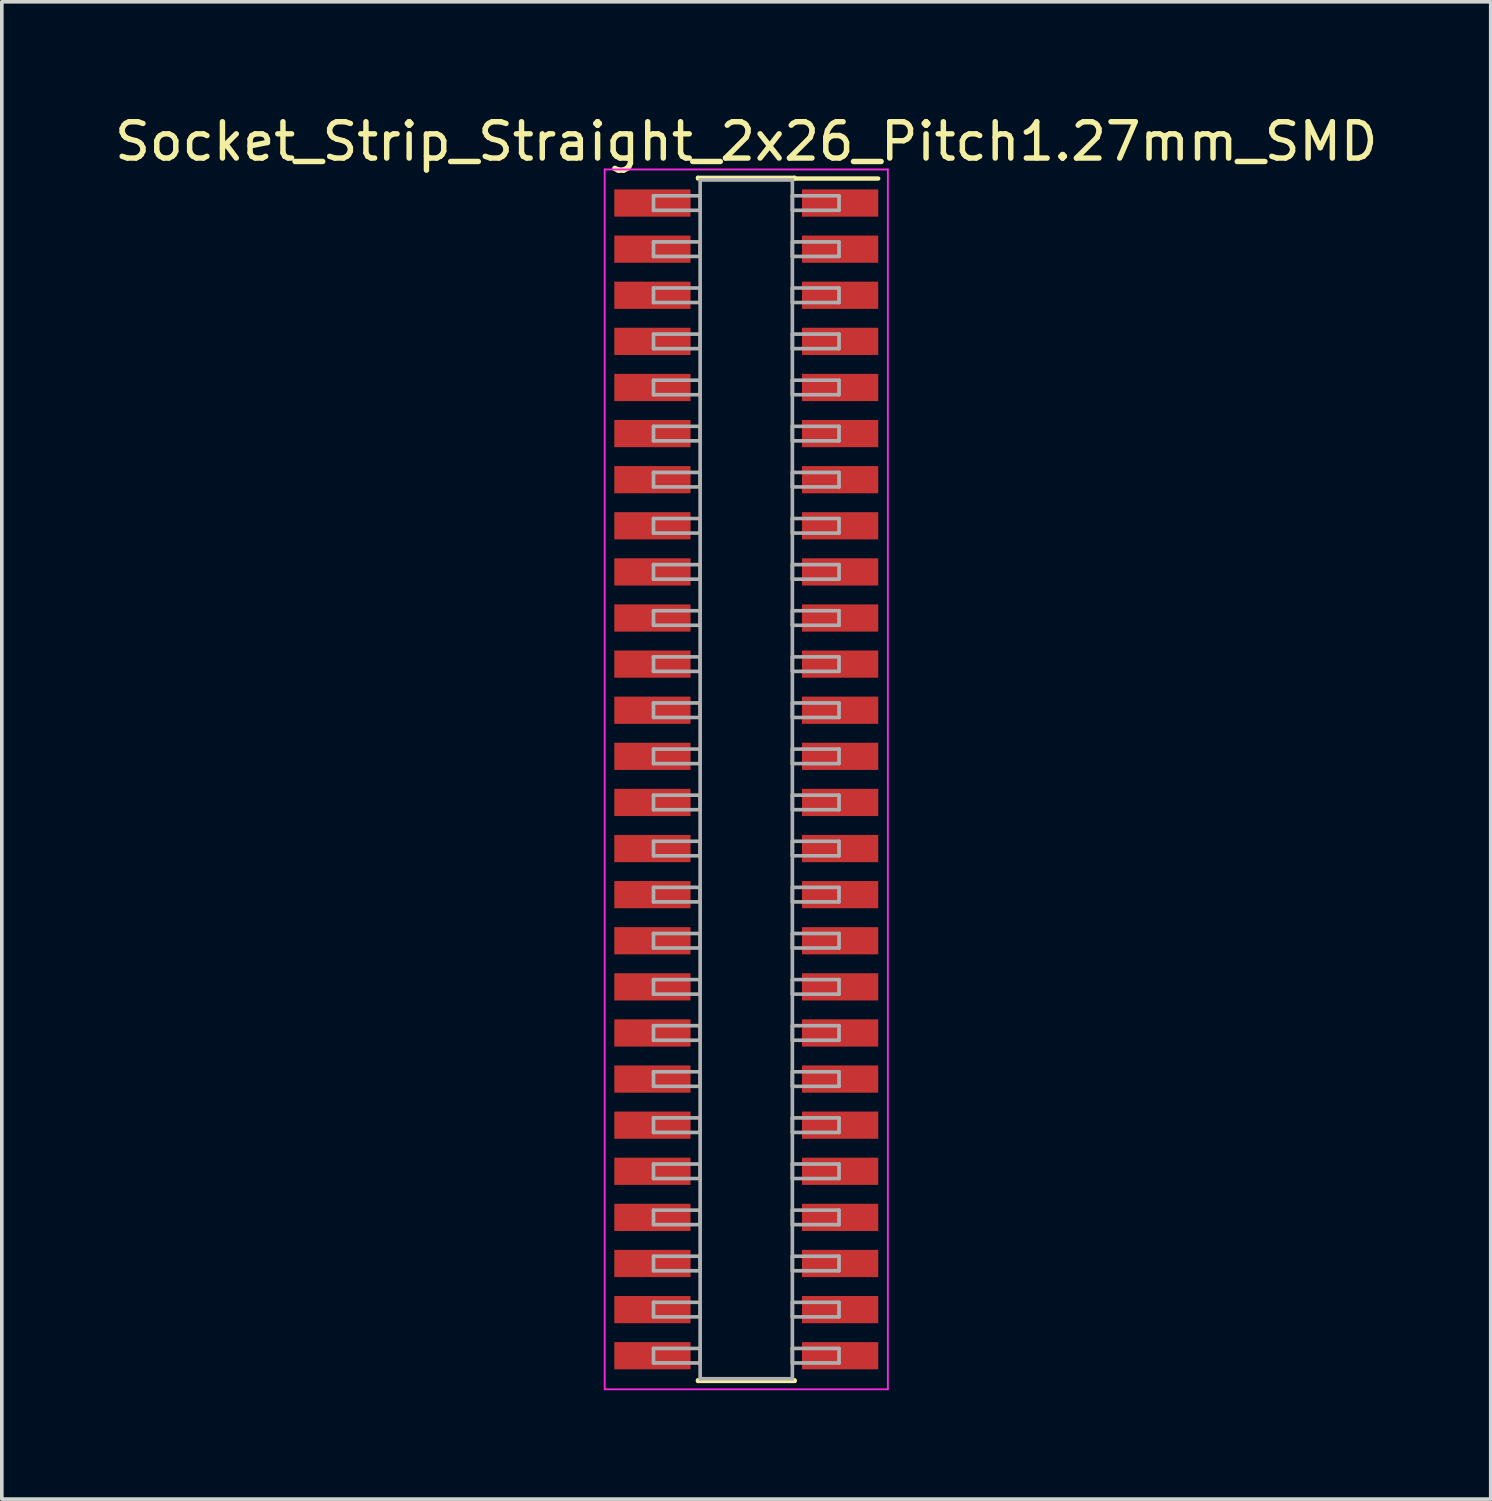
<source format=kicad_pcb>
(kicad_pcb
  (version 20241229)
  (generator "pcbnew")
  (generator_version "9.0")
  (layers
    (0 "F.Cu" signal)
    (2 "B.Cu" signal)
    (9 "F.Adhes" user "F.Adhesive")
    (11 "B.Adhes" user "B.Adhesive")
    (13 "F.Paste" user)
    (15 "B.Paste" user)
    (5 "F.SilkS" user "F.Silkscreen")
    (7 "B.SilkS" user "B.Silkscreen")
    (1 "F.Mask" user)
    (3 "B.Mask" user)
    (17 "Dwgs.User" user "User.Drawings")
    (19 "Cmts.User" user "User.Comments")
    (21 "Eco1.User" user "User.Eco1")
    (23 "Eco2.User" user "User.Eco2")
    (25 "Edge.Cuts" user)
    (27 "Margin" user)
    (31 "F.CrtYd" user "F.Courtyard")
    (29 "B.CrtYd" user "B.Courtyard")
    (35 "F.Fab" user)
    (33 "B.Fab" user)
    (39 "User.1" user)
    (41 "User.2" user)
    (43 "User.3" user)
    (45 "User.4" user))
  (footprint "Socket_Strip_Straight_2x26_Pitch1.27mm_SMD"
    (layer "F.Cu")
    (at 17.506 18.418)
    (property "Reference" "Socket_Strip_Straight_2x26_Pitch1.27mm_SMD" (at 0 -17.57 0) (layer "F.SilkS") (effects (font (size 1 1) (thickness 0.15))))
    (attr smd)
    (fp_line (start -1.33 -16.57) (end 1.33 -16.57) (stroke (width 0.12) (type solid)) (layer "F.SilkS"))
    (fp_line (start -1.33 -16.55) (end -1.33 -16.57) (stroke (width 0.12) (type solid)) (layer "F.SilkS"))
    (fp_line (start -1.33 16.55) (end -1.33 16.57) (stroke (width 0.12) (type solid)) (layer "F.SilkS"))
    (fp_line (start -1.33 16.57) (end 1.33 16.57) (stroke (width 0.12) (type solid)) (layer "F.SilkS"))
    (fp_line (start 1.33 -16.57) (end 1.33 -16.55) (stroke (width 0.12) (type solid)) (layer "F.SilkS"))
    (fp_line (start 1.33 16.57) (end 1.33 16.55) (stroke (width 0.12) (type solid)) (layer "F.SilkS"))
    (fp_line (start 3.635 -16.55) (end 1.33 -16.55) (stroke (width 0.12) (type solid)) (layer "F.SilkS"))
    (fp_line (start -3.9 -16.8) (end -3.9 16.8) (stroke (width 0.05) (type solid)) (layer "F.CrtYd"))
    (fp_line (start -3.9 16.8) (end 3.9 16.8) (stroke (width 0.05) (type solid)) (layer "F.CrtYd"))
    (fp_line (start 3.9 -16.8) (end -3.9 -16.8) (stroke (width 0.05) (type solid)) (layer "F.CrtYd"))
    (fp_line (start 3.9 16.8) (end 3.9 -16.8) (stroke (width 0.05) (type solid)) (layer "F.CrtYd"))
    (fp_line (start -2.555 -16.075) (end -1.27 -16.075) (stroke (width 0.1) (type solid)) (layer "F.Fab"))
    (fp_line (start -2.555 -15.675) (end -2.555 -16.075) (stroke (width 0.1) (type solid)) (layer "F.Fab"))
    (fp_line (start -2.555 -14.805) (end -1.27 -14.805) (stroke (width 0.1) (type solid)) (layer "F.Fab"))
    (fp_line (start -2.555 -14.405) (end -2.555 -14.805) (stroke (width 0.1) (type solid)) (layer "F.Fab"))
    (fp_line (start -2.555 -13.535) (end -1.27 -13.535) (stroke (width 0.1) (type solid)) (layer "F.Fab"))
    (fp_line (start -2.555 -13.135) (end -2.555 -13.535) (stroke (width 0.1) (type solid)) (layer "F.Fab"))
    (fp_line (start -2.555 -12.265) (end -1.27 -12.265) (stroke (width 0.1) (type solid)) (layer "F.Fab"))
    (fp_line (start -2.555 -11.865) (end -2.555 -12.265) (stroke (width 0.1) (type solid)) (layer "F.Fab"))
    (fp_line (start -2.555 -10.995) (end -1.27 -10.995) (stroke (width 0.1) (type solid)) (layer "F.Fab"))
    (fp_line (start -2.555 -10.595) (end -2.555 -10.995) (stroke (width 0.1) (type solid)) (layer "F.Fab"))
    (fp_line (start -2.555 -9.725) (end -1.27 -9.725) (stroke (width 0.1) (type solid)) (layer "F.Fab"))
    (fp_line (start -2.555 -9.325) (end -2.555 -9.725) (stroke (width 0.1) (type solid)) (layer "F.Fab"))
    (fp_line (start -2.555 -8.455) (end -1.27 -8.455) (stroke (width 0.1) (type solid)) (layer "F.Fab"))
    (fp_line (start -2.555 -8.055) (end -2.555 -8.455) (stroke (width 0.1) (type solid)) (layer "F.Fab"))
    (fp_line (start -2.555 -7.185) (end -1.27 -7.185) (stroke (width 0.1) (type solid)) (layer "F.Fab"))
    (fp_line (start -2.555 -6.785) (end -2.555 -7.185) (stroke (width 0.1) (type solid)) (layer "F.Fab"))
    (fp_line (start -2.555 -5.915) (end -1.27 -5.915) (stroke (width 0.1) (type solid)) (layer "F.Fab"))
    (fp_line (start -2.555 -5.515) (end -2.555 -5.915) (stroke (width 0.1) (type solid)) (layer "F.Fab"))
    (fp_line (start -2.555 -4.645) (end -1.27 -4.645) (stroke (width 0.1) (type solid)) (layer "F.Fab"))
    (fp_line (start -2.555 -4.245) (end -2.555 -4.645) (stroke (width 0.1) (type solid)) (layer "F.Fab"))
    (fp_line (start -2.555 -3.375) (end -1.27 -3.375) (stroke (width 0.1) (type solid)) (layer "F.Fab"))
    (fp_line (start -2.555 -2.975) (end -2.555 -3.375) (stroke (width 0.1) (type solid)) (layer "F.Fab"))
    (fp_line (start -2.555 -2.105) (end -1.27 -2.105) (stroke (width 0.1) (type solid)) (layer "F.Fab"))
    (fp_line (start -2.555 -1.705) (end -2.555 -2.105) (stroke (width 0.1) (type solid)) (layer "F.Fab"))
    (fp_line (start -2.555 -0.835) (end -1.27 -0.835) (stroke (width 0.1) (type solid)) (layer "F.Fab"))
    (fp_line (start -2.555 -0.435) (end -2.555 -0.835) (stroke (width 0.1) (type solid)) (layer "F.Fab"))
    (fp_line (start -2.555 0.435) (end -1.27 0.435) (stroke (width 0.1) (type solid)) (layer "F.Fab"))
    (fp_line (start -2.555 0.835) (end -2.555 0.435) (stroke (width 0.1) (type solid)) (layer "F.Fab"))
    (fp_line (start -2.555 1.705) (end -1.27 1.705) (stroke (width 0.1) (type solid)) (layer "F.Fab"))
    (fp_line (start -2.555 2.105) (end -2.555 1.705) (stroke (width 0.1) (type solid)) (layer "F.Fab"))
    (fp_line (start -2.555 2.975) (end -1.27 2.975) (stroke (width 0.1) (type solid)) (layer "F.Fab"))
    (fp_line (start -2.555 3.375) (end -2.555 2.975) (stroke (width 0.1) (type solid)) (layer "F.Fab"))
    (fp_line (start -2.555 4.245) (end -1.27 4.245) (stroke (width 0.1) (type solid)) (layer "F.Fab"))
    (fp_line (start -2.555 4.645) (end -2.555 4.245) (stroke (width 0.1) (type solid)) (layer "F.Fab"))
    (fp_line (start -2.555 5.515) (end -1.27 5.515) (stroke (width 0.1) (type solid)) (layer "F.Fab"))
    (fp_line (start -2.555 5.915) (end -2.555 5.515) (stroke (width 0.1) (type solid)) (layer "F.Fab"))
    (fp_line (start -2.555 6.785) (end -1.27 6.785) (stroke (width 0.1) (type solid)) (layer "F.Fab"))
    (fp_line (start -2.555 7.185) (end -2.555 6.785) (stroke (width 0.1) (type solid)) (layer "F.Fab"))
    (fp_line (start -2.555 8.055) (end -1.27 8.055) (stroke (width 0.1) (type solid)) (layer "F.Fab"))
    (fp_line (start -2.555 8.455) (end -2.555 8.055) (stroke (width 0.1) (type solid)) (layer "F.Fab"))
    (fp_line (start -2.555 9.325) (end -1.27 9.325) (stroke (width 0.1) (type solid)) (layer "F.Fab"))
    (fp_line (start -2.555 9.725) (end -2.555 9.325) (stroke (width 0.1) (type solid)) (layer "F.Fab"))
    (fp_line (start -2.555 10.595) (end -1.27 10.595) (stroke (width 0.1) (type solid)) (layer "F.Fab"))
    (fp_line (start -2.555 10.995) (end -2.555 10.595) (stroke (width 0.1) (type solid)) (layer "F.Fab"))
    (fp_line (start -2.555 11.865) (end -1.27 11.865) (stroke (width 0.1) (type solid)) (layer "F.Fab"))
    (fp_line (start -2.555 12.265) (end -2.555 11.865) (stroke (width 0.1) (type solid)) (layer "F.Fab"))
    (fp_line (start -2.555 13.135) (end -1.27 13.135) (stroke (width 0.1) (type solid)) (layer "F.Fab"))
    (fp_line (start -2.555 13.535) (end -2.555 13.135) (stroke (width 0.1) (type solid)) (layer "F.Fab"))
    (fp_line (start -2.555 14.405) (end -1.27 14.405) (stroke (width 0.1) (type solid)) (layer "F.Fab"))
    (fp_line (start -2.555 14.805) (end -2.555 14.405) (stroke (width 0.1) (type solid)) (layer "F.Fab"))
    (fp_line (start -2.555 15.675) (end -1.27 15.675) (stroke (width 0.1) (type solid)) (layer "F.Fab"))
    (fp_line (start -2.555 16.075) (end -2.555 15.675) (stroke (width 0.1) (type solid)) (layer "F.Fab"))
    (fp_line (start -1.27 -16.51) (end -1.27 16.51) (stroke (width 0.1) (type solid)) (layer "F.Fab"))
    (fp_line (start -1.27 -16.075) (end -1.27 -15.675) (stroke (width 0.1) (type solid)) (layer "F.Fab"))
    (fp_line (start -1.27 -15.675) (end -2.555 -15.675) (stroke (width 0.1) (type solid)) (layer "F.Fab"))
    (fp_line (start -1.27 -14.805) (end -1.27 -14.405) (stroke (width 0.1) (type solid)) (layer "F.Fab"))
    (fp_line (start -1.27 -14.405) (end -2.555 -14.405) (stroke (width 0.1) (type solid)) (layer "F.Fab"))
    (fp_line (start -1.27 -13.535) (end -1.27 -13.135) (stroke (width 0.1) (type solid)) (layer "F.Fab"))
    (fp_line (start -1.27 -13.135) (end -2.555 -13.135) (stroke (width 0.1) (type solid)) (layer "F.Fab"))
    (fp_line (start -1.27 -12.265) (end -1.27 -11.865) (stroke (width 0.1) (type solid)) (layer "F.Fab"))
    (fp_line (start -1.27 -11.865) (end -2.555 -11.865) (stroke (width 0.1) (type solid)) (layer "F.Fab"))
    (fp_line (start -1.27 -10.995) (end -1.27 -10.595) (stroke (width 0.1) (type solid)) (layer "F.Fab"))
    (fp_line (start -1.27 -10.595) (end -2.555 -10.595) (stroke (width 0.1) (type solid)) (layer "F.Fab"))
    (fp_line (start -1.27 -9.725) (end -1.27 -9.325) (stroke (width 0.1) (type solid)) (layer "F.Fab"))
    (fp_line (start -1.27 -9.325) (end -2.555 -9.325) (stroke (width 0.1) (type solid)) (layer "F.Fab"))
    (fp_line (start -1.27 -8.455) (end -1.27 -8.055) (stroke (width 0.1) (type solid)) (layer "F.Fab"))
    (fp_line (start -1.27 -8.055) (end -2.555 -8.055) (stroke (width 0.1) (type solid)) (layer "F.Fab"))
    (fp_line (start -1.27 -7.185) (end -1.27 -6.785) (stroke (width 0.1) (type solid)) (layer "F.Fab"))
    (fp_line (start -1.27 -6.785) (end -2.555 -6.785) (stroke (width 0.1) (type solid)) (layer "F.Fab"))
    (fp_line (start -1.27 -5.915) (end -1.27 -5.515) (stroke (width 0.1) (type solid)) (layer "F.Fab"))
    (fp_line (start -1.27 -5.515) (end -2.555 -5.515) (stroke (width 0.1) (type solid)) (layer "F.Fab"))
    (fp_line (start -1.27 -4.645) (end -1.27 -4.245) (stroke (width 0.1) (type solid)) (layer "F.Fab"))
    (fp_line (start -1.27 -4.245) (end -2.555 -4.245) (stroke (width 0.1) (type solid)) (layer "F.Fab"))
    (fp_line (start -1.27 -3.375) (end -1.27 -2.975) (stroke (width 0.1) (type solid)) (layer "F.Fab"))
    (fp_line (start -1.27 -2.975) (end -2.555 -2.975) (stroke (width 0.1) (type solid)) (layer "F.Fab"))
    (fp_line (start -1.27 -2.105) (end -1.27 -1.705) (stroke (width 0.1) (type solid)) (layer "F.Fab"))
    (fp_line (start -1.27 -1.705) (end -2.555 -1.705) (stroke (width 0.1) (type solid)) (layer "F.Fab"))
    (fp_line (start -1.27 -0.835) (end -1.27 -0.435) (stroke (width 0.1) (type solid)) (layer "F.Fab"))
    (fp_line (start -1.27 -0.435) (end -2.555 -0.435) (stroke (width 0.1) (type solid)) (layer "F.Fab"))
    (fp_line (start -1.27 0.435) (end -1.27 0.835) (stroke (width 0.1) (type solid)) (layer "F.Fab"))
    (fp_line (start -1.27 0.835) (end -2.555 0.835) (stroke (width 0.1) (type solid)) (layer "F.Fab"))
    (fp_line (start -1.27 1.705) (end -1.27 2.105) (stroke (width 0.1) (type solid)) (layer "F.Fab"))
    (fp_line (start -1.27 2.105) (end -2.555 2.105) (stroke (width 0.1) (type solid)) (layer "F.Fab"))
    (fp_line (start -1.27 2.975) (end -1.27 3.375) (stroke (width 0.1) (type solid)) (layer "F.Fab"))
    (fp_line (start -1.27 3.375) (end -2.555 3.375) (stroke (width 0.1) (type solid)) (layer "F.Fab"))
    (fp_line (start -1.27 4.245) (end -1.27 4.645) (stroke (width 0.1) (type solid)) (layer "F.Fab"))
    (fp_line (start -1.27 4.645) (end -2.555 4.645) (stroke (width 0.1) (type solid)) (layer "F.Fab"))
    (fp_line (start -1.27 5.515) (end -1.27 5.915) (stroke (width 0.1) (type solid)) (layer "F.Fab"))
    (fp_line (start -1.27 5.915) (end -2.555 5.915) (stroke (width 0.1) (type solid)) (layer "F.Fab"))
    (fp_line (start -1.27 6.785) (end -1.27 7.185) (stroke (width 0.1) (type solid)) (layer "F.Fab"))
    (fp_line (start -1.27 7.185) (end -2.555 7.185) (stroke (width 0.1) (type solid)) (layer "F.Fab"))
    (fp_line (start -1.27 8.055) (end -1.27 8.455) (stroke (width 0.1) (type solid)) (layer "F.Fab"))
    (fp_line (start -1.27 8.455) (end -2.555 8.455) (stroke (width 0.1) (type solid)) (layer "F.Fab"))
    (fp_line (start -1.27 9.325) (end -1.27 9.725) (stroke (width 0.1) (type solid)) (layer "F.Fab"))
    (fp_line (start -1.27 9.725) (end -2.555 9.725) (stroke (width 0.1) (type solid)) (layer "F.Fab"))
    (fp_line (start -1.27 10.595) (end -1.27 10.995) (stroke (width 0.1) (type solid)) (layer "F.Fab"))
    (fp_line (start -1.27 10.995) (end -2.555 10.995) (stroke (width 0.1) (type solid)) (layer "F.Fab"))
    (fp_line (start -1.27 11.865) (end -1.27 12.265) (stroke (width 0.1) (type solid)) (layer "F.Fab"))
    (fp_line (start -1.27 12.265) (end -2.555 12.265) (stroke (width 0.1) (type solid)) (layer "F.Fab"))
    (fp_line (start -1.27 13.135) (end -1.27 13.535) (stroke (width 0.1) (type solid)) (layer "F.Fab"))
    (fp_line (start -1.27 13.535) (end -2.555 13.535) (stroke (width 0.1) (type solid)) (layer "F.Fab"))
    (fp_line (start -1.27 14.405) (end -1.27 14.805) (stroke (width 0.1) (type solid)) (layer "F.Fab"))
    (fp_line (start -1.27 14.805) (end -2.555 14.805) (stroke (width 0.1) (type solid)) (layer "F.Fab"))
    (fp_line (start -1.27 15.675) (end -1.27 16.075) (stroke (width 0.1) (type solid)) (layer "F.Fab"))
    (fp_line (start -1.27 16.075) (end -2.555 16.075) (stroke (width 0.1) (type solid)) (layer "F.Fab"))
    (fp_line (start -1.27 16.51) (end 1.27 16.51) (stroke (width 0.1) (type solid)) (layer "F.Fab"))
    (fp_line (start 1.27 -16.51) (end -1.27 -16.51) (stroke (width 0.1) (type solid)) (layer "F.Fab"))
    (fp_line (start 1.27 -16.075) (end 1.27 -15.675) (stroke (width 0.1) (type solid)) (layer "F.Fab"))
    (fp_line (start 1.27 -15.675) (end 2.555 -15.675) (stroke (width 0.1) (type solid)) (layer "F.Fab"))
    (fp_line (start 1.27 -14.805) (end 1.27 -14.405) (stroke (width 0.1) (type solid)) (layer "F.Fab"))
    (fp_line (start 1.27 -14.405) (end 2.555 -14.405) (stroke (width 0.1) (type solid)) (layer "F.Fab"))
    (fp_line (start 1.27 -13.535) (end 1.27 -13.135) (stroke (width 0.1) (type solid)) (layer "F.Fab"))
    (fp_line (start 1.27 -13.135) (end 2.555 -13.135) (stroke (width 0.1) (type solid)) (layer "F.Fab"))
    (fp_line (start 1.27 -12.265) (end 1.27 -11.865) (stroke (width 0.1) (type solid)) (layer "F.Fab"))
    (fp_line (start 1.27 -11.865) (end 2.555 -11.865) (stroke (width 0.1) (type solid)) (layer "F.Fab"))
    (fp_line (start 1.27 -10.995) (end 1.27 -10.595) (stroke (width 0.1) (type solid)) (layer "F.Fab"))
    (fp_line (start 1.27 -10.595) (end 2.555 -10.595) (stroke (width 0.1) (type solid)) (layer "F.Fab"))
    (fp_line (start 1.27 -9.725) (end 1.27 -9.325) (stroke (width 0.1) (type solid)) (layer "F.Fab"))
    (fp_line (start 1.27 -9.325) (end 2.555 -9.325) (stroke (width 0.1) (type solid)) (layer "F.Fab"))
    (fp_line (start 1.27 -8.455) (end 1.27 -8.055) (stroke (width 0.1) (type solid)) (layer "F.Fab"))
    (fp_line (start 1.27 -8.055) (end 2.555 -8.055) (stroke (width 0.1) (type solid)) (layer "F.Fab"))
    (fp_line (start 1.27 -7.185) (end 1.27 -6.785) (stroke (width 0.1) (type solid)) (layer "F.Fab"))
    (fp_line (start 1.27 -6.785) (end 2.555 -6.785) (stroke (width 0.1) (type solid)) (layer "F.Fab"))
    (fp_line (start 1.27 -5.915) (end 1.27 -5.515) (stroke (width 0.1) (type solid)) (layer "F.Fab"))
    (fp_line (start 1.27 -5.515) (end 2.555 -5.515) (stroke (width 0.1) (type solid)) (layer "F.Fab"))
    (fp_line (start 1.27 -4.645) (end 1.27 -4.245) (stroke (width 0.1) (type solid)) (layer "F.Fab"))
    (fp_line (start 1.27 -4.245) (end 2.555 -4.245) (stroke (width 0.1) (type solid)) (layer "F.Fab"))
    (fp_line (start 1.27 -3.375) (end 1.27 -2.975) (stroke (width 0.1) (type solid)) (layer "F.Fab"))
    (fp_line (start 1.27 -2.975) (end 2.555 -2.975) (stroke (width 0.1) (type solid)) (layer "F.Fab"))
    (fp_line (start 1.27 -2.105) (end 1.27 -1.705) (stroke (width 0.1) (type solid)) (layer "F.Fab"))
    (fp_line (start 1.27 -1.705) (end 2.555 -1.705) (stroke (width 0.1) (type solid)) (layer "F.Fab"))
    (fp_line (start 1.27 -0.835) (end 1.27 -0.435) (stroke (width 0.1) (type solid)) (layer "F.Fab"))
    (fp_line (start 1.27 -0.435) (end 2.555 -0.435) (stroke (width 0.1) (type solid)) (layer "F.Fab"))
    (fp_line (start 1.27 0.435) (end 1.27 0.835) (stroke (width 0.1) (type solid)) (layer "F.Fab"))
    (fp_line (start 1.27 0.835) (end 2.555 0.835) (stroke (width 0.1) (type solid)) (layer "F.Fab"))
    (fp_line (start 1.27 1.705) (end 1.27 2.105) (stroke (width 0.1) (type solid)) (layer "F.Fab"))
    (fp_line (start 1.27 2.105) (end 2.555 2.105) (stroke (width 0.1) (type solid)) (layer "F.Fab"))
    (fp_line (start 1.27 2.975) (end 1.27 3.375) (stroke (width 0.1) (type solid)) (layer "F.Fab"))
    (fp_line (start 1.27 3.375) (end 2.555 3.375) (stroke (width 0.1) (type solid)) (layer "F.Fab"))
    (fp_line (start 1.27 4.245) (end 1.27 4.645) (stroke (width 0.1) (type solid)) (layer "F.Fab"))
    (fp_line (start 1.27 4.645) (end 2.555 4.645) (stroke (width 0.1) (type solid)) (layer "F.Fab"))
    (fp_line (start 1.27 5.515) (end 1.27 5.915) (stroke (width 0.1) (type solid)) (layer "F.Fab"))
    (fp_line (start 1.27 5.915) (end 2.555 5.915) (stroke (width 0.1) (type solid)) (layer "F.Fab"))
    (fp_line (start 1.27 6.785) (end 1.27 7.185) (stroke (width 0.1) (type solid)) (layer "F.Fab"))
    (fp_line (start 1.27 7.185) (end 2.555 7.185) (stroke (width 0.1) (type solid)) (layer "F.Fab"))
    (fp_line (start 1.27 8.055) (end 1.27 8.455) (stroke (width 0.1) (type solid)) (layer "F.Fab"))
    (fp_line (start 1.27 8.455) (end 2.555 8.455) (stroke (width 0.1) (type solid)) (layer "F.Fab"))
    (fp_line (start 1.27 9.325) (end 1.27 9.725) (stroke (width 0.1) (type solid)) (layer "F.Fab"))
    (fp_line (start 1.27 9.725) (end 2.555 9.725) (stroke (width 0.1) (type solid)) (layer "F.Fab"))
    (fp_line (start 1.27 10.595) (end 1.27 10.995) (stroke (width 0.1) (type solid)) (layer "F.Fab"))
    (fp_line (start 1.27 10.995) (end 2.555 10.995) (stroke (width 0.1) (type solid)) (layer "F.Fab"))
    (fp_line (start 1.27 11.865) (end 1.27 12.265) (stroke (width 0.1) (type solid)) (layer "F.Fab"))
    (fp_line (start 1.27 12.265) (end 2.555 12.265) (stroke (width 0.1) (type solid)) (layer "F.Fab"))
    (fp_line (start 1.27 13.135) (end 1.27 13.535) (stroke (width 0.1) (type solid)) (layer "F.Fab"))
    (fp_line (start 1.27 13.535) (end 2.555 13.535) (stroke (width 0.1) (type solid)) (layer "F.Fab"))
    (fp_line (start 1.27 14.405) (end 1.27 14.805) (stroke (width 0.1) (type solid)) (layer "F.Fab"))
    (fp_line (start 1.27 14.805) (end 2.555 14.805) (stroke (width 0.1) (type solid)) (layer "F.Fab"))
    (fp_line (start 1.27 15.675) (end 1.27 16.075) (stroke (width 0.1) (type solid)) (layer "F.Fab"))
    (fp_line (start 1.27 16.075) (end 2.555 16.075) (stroke (width 0.1) (type solid)) (layer "F.Fab"))
    (fp_line (start 1.27 16.51) (end 1.27 -16.51) (stroke (width 0.1) (type solid)) (layer "F.Fab"))
    (fp_line (start 2.555 -16.075) (end 1.27 -16.075) (stroke (width 0.1) (type solid)) (layer "F.Fab"))
    (fp_line (start 2.555 -15.675) (end 2.555 -16.075) (stroke (width 0.1) (type solid)) (layer "F.Fab"))
    (fp_line (start 2.555 -14.805) (end 1.27 -14.805) (stroke (width 0.1) (type solid)) (layer "F.Fab"))
    (fp_line (start 2.555 -14.405) (end 2.555 -14.805) (stroke (width 0.1) (type solid)) (layer "F.Fab"))
    (fp_line (start 2.555 -13.535) (end 1.27 -13.535) (stroke (width 0.1) (type solid)) (layer "F.Fab"))
    (fp_line (start 2.555 -13.135) (end 2.555 -13.535) (stroke (width 0.1) (type solid)) (layer "F.Fab"))
    (fp_line (start 2.555 -12.265) (end 1.27 -12.265) (stroke (width 0.1) (type solid)) (layer "F.Fab"))
    (fp_line (start 2.555 -11.865) (end 2.555 -12.265) (stroke (width 0.1) (type solid)) (layer "F.Fab"))
    (fp_line (start 2.555 -10.995) (end 1.27 -10.995) (stroke (width 0.1) (type solid)) (layer "F.Fab"))
    (fp_line (start 2.555 -10.595) (end 2.555 -10.995) (stroke (width 0.1) (type solid)) (layer "F.Fab"))
    (fp_line (start 2.555 -9.725) (end 1.27 -9.725) (stroke (width 0.1) (type solid)) (layer "F.Fab"))
    (fp_line (start 2.555 -9.325) (end 2.555 -9.725) (stroke (width 0.1) (type solid)) (layer "F.Fab"))
    (fp_line (start 2.555 -8.455) (end 1.27 -8.455) (stroke (width 0.1) (type solid)) (layer "F.Fab"))
    (fp_line (start 2.555 -8.055) (end 2.555 -8.455) (stroke (width 0.1) (type solid)) (layer "F.Fab"))
    (fp_line (start 2.555 -7.185) (end 1.27 -7.185) (stroke (width 0.1) (type solid)) (layer "F.Fab"))
    (fp_line (start 2.555 -6.785) (end 2.555 -7.185) (stroke (width 0.1) (type solid)) (layer "F.Fab"))
    (fp_line (start 2.555 -5.915) (end 1.27 -5.915) (stroke (width 0.1) (type solid)) (layer "F.Fab"))
    (fp_line (start 2.555 -5.515) (end 2.555 -5.915) (stroke (width 0.1) (type solid)) (layer "F.Fab"))
    (fp_line (start 2.555 -4.645) (end 1.27 -4.645) (stroke (width 0.1) (type solid)) (layer "F.Fab"))
    (fp_line (start 2.555 -4.245) (end 2.555 -4.645) (stroke (width 0.1) (type solid)) (layer "F.Fab"))
    (fp_line (start 2.555 -3.375) (end 1.27 -3.375) (stroke (width 0.1) (type solid)) (layer "F.Fab"))
    (fp_line (start 2.555 -2.975) (end 2.555 -3.375) (stroke (width 0.1) (type solid)) (layer "F.Fab"))
    (fp_line (start 2.555 -2.105) (end 1.27 -2.105) (stroke (width 0.1) (type solid)) (layer "F.Fab"))
    (fp_line (start 2.555 -1.705) (end 2.555 -2.105) (stroke (width 0.1) (type solid)) (layer "F.Fab"))
    (fp_line (start 2.555 -0.835) (end 1.27 -0.835) (stroke (width 0.1) (type solid)) (layer "F.Fab"))
    (fp_line (start 2.555 -0.435) (end 2.555 -0.835) (stroke (width 0.1) (type solid)) (layer "F.Fab"))
    (fp_line (start 2.555 0.435) (end 1.27 0.435) (stroke (width 0.1) (type solid)) (layer "F.Fab"))
    (fp_line (start 2.555 0.835) (end 2.555 0.435) (stroke (width 0.1) (type solid)) (layer "F.Fab"))
    (fp_line (start 2.555 1.705) (end 1.27 1.705) (stroke (width 0.1) (type solid)) (layer "F.Fab"))
    (fp_line (start 2.555 2.105) (end 2.555 1.705) (stroke (width 0.1) (type solid)) (layer "F.Fab"))
    (fp_line (start 2.555 2.975) (end 1.27 2.975) (stroke (width 0.1) (type solid)) (layer "F.Fab"))
    (fp_line (start 2.555 3.375) (end 2.555 2.975) (stroke (width 0.1) (type solid)) (layer "F.Fab"))
    (fp_line (start 2.555 4.245) (end 1.27 4.245) (stroke (width 0.1) (type solid)) (layer "F.Fab"))
    (fp_line (start 2.555 4.645) (end 2.555 4.245) (stroke (width 0.1) (type solid)) (layer "F.Fab"))
    (fp_line (start 2.555 5.515) (end 1.27 5.515) (stroke (width 0.1) (type solid)) (layer "F.Fab"))
    (fp_line (start 2.555 5.915) (end 2.555 5.515) (stroke (width 0.1) (type solid)) (layer "F.Fab"))
    (fp_line (start 2.555 6.785) (end 1.27 6.785) (stroke (width 0.1) (type solid)) (layer "F.Fab"))
    (fp_line (start 2.555 7.185) (end 2.555 6.785) (stroke (width 0.1) (type solid)) (layer "F.Fab"))
    (fp_line (start 2.555 8.055) (end 1.27 8.055) (stroke (width 0.1) (type solid)) (layer "F.Fab"))
    (fp_line (start 2.555 8.455) (end 2.555 8.055) (stroke (width 0.1) (type solid)) (layer "F.Fab"))
    (fp_line (start 2.555 9.325) (end 1.27 9.325) (stroke (width 0.1) (type solid)) (layer "F.Fab"))
    (fp_line (start 2.555 9.725) (end 2.555 9.325) (stroke (width 0.1) (type solid)) (layer "F.Fab"))
    (fp_line (start 2.555 10.595) (end 1.27 10.595) (stroke (width 0.1) (type solid)) (layer "F.Fab"))
    (fp_line (start 2.555 10.995) (end 2.555 10.595) (stroke (width 0.1) (type solid)) (layer "F.Fab"))
    (fp_line (start 2.555 11.865) (end 1.27 11.865) (stroke (width 0.1) (type solid)) (layer "F.Fab"))
    (fp_line (start 2.555 12.265) (end 2.555 11.865) (stroke (width 0.1) (type solid)) (layer "F.Fab"))
    (fp_line (start 2.555 13.135) (end 1.27 13.135) (stroke (width 0.1) (type solid)) (layer "F.Fab"))
    (fp_line (start 2.555 13.535) (end 2.555 13.135) (stroke (width 0.1) (type solid)) (layer "F.Fab"))
    (fp_line (start 2.555 14.405) (end 1.27 14.405) (stroke (width 0.1) (type solid)) (layer "F.Fab"))
    (fp_line (start 2.555 14.805) (end 2.555 14.405) (stroke (width 0.1) (type solid)) (layer "F.Fab"))
    (fp_line (start 2.555 15.675) (end 1.27 15.675) (stroke (width 0.1) (type solid)) (layer "F.Fab"))
    (fp_line (start 2.555 16.075) (end 2.555 15.675) (stroke (width 0.1) (type solid)) (layer "F.Fab"))
    (pad "1" smd rect (at 2.585 -15.875) (size 2.1 0.75) (layers "F.Cu" "F.Mask"))
    (pad "2" smd rect (at -2.585 -15.875) (size 2.1 0.75) (layers "F.Cu" "F.Mask"))
    (pad "3" smd rect (at 2.585 -14.605) (size 2.1 0.75) (layers "F.Cu" "F.Mask"))
    (pad "4" smd rect (at -2.585 -14.605) (size 2.1 0.75) (layers "F.Cu" "F.Mask"))
    (pad "5" smd rect (at 2.585 -13.335) (size 2.1 0.75) (layers "F.Cu" "F.Mask"))
    (pad "6" smd rect (at -2.585 -13.335) (size 2.1 0.75) (layers "F.Cu" "F.Mask"))
    (pad "7" smd rect (at 2.585 -12.065) (size 2.1 0.75) (layers "F.Cu" "F.Mask"))
    (pad "8" smd rect (at -2.585 -12.065) (size 2.1 0.75) (layers "F.Cu" "F.Mask"))
    (pad "9" smd rect (at 2.585 -10.795) (size 2.1 0.75) (layers "F.Cu" "F.Mask"))
    (pad "10" smd rect (at -2.585 -10.795) (size 2.1 0.75) (layers "F.Cu" "F.Mask"))
    (pad "11" smd rect (at 2.585 -9.525) (size 2.1 0.75) (layers "F.Cu" "F.Mask"))
    (pad "12" smd rect (at -2.585 -9.525) (size 2.1 0.75) (layers "F.Cu" "F.Mask"))
    (pad "13" smd rect (at 2.585 -8.255) (size 2.1 0.75) (layers "F.Cu" "F.Mask"))
    (pad "14" smd rect (at -2.585 -8.255) (size 2.1 0.75) (layers "F.Cu" "F.Mask"))
    (pad "15" smd rect (at 2.585 -6.985) (size 2.1 0.75) (layers "F.Cu" "F.Mask"))
    (pad "16" smd rect (at -2.585 -6.985) (size 2.1 0.75) (layers "F.Cu" "F.Mask"))
    (pad "17" smd rect (at 2.585 -5.715) (size 2.1 0.75) (layers "F.Cu" "F.Mask"))
    (pad "18" smd rect (at -2.585 -5.715) (size 2.1 0.75) (layers "F.Cu" "F.Mask"))
    (pad "19" smd rect (at 2.585 -4.445) (size 2.1 0.75) (layers "F.Cu" "F.Mask"))
    (pad "20" smd rect (at -2.585 -4.445) (size 2.1 0.75) (layers "F.Cu" "F.Mask"))
    (pad "21" smd rect (at 2.585 -3.175) (size 2.1 0.75) (layers "F.Cu" "F.Mask"))
    (pad "22" smd rect (at -2.585 -3.175) (size 2.1 0.75) (layers "F.Cu" "F.Mask"))
    (pad "23" smd rect (at 2.585 -1.905) (size 2.1 0.75) (layers "F.Cu" "F.Mask"))
    (pad "24" smd rect (at -2.585 -1.905) (size 2.1 0.75) (layers "F.Cu" "F.Mask"))
    (pad "25" smd rect (at 2.585 -0.635) (size 2.1 0.75) (layers "F.Cu" "F.Mask"))
    (pad "26" smd rect (at -2.585 -0.635) (size 2.1 0.75) (layers "F.Cu" "F.Mask"))
    (pad "27" smd rect (at 2.585 0.635) (size 2.1 0.75) (layers "F.Cu" "F.Mask"))
    (pad "28" smd rect (at -2.585 0.635) (size 2.1 0.75) (layers "F.Cu" "F.Mask"))
    (pad "29" smd rect (at 2.585 1.905) (size 2.1 0.75) (layers "F.Cu" "F.Mask"))
    (pad "30" smd rect (at -2.585 1.905) (size 2.1 0.75) (layers "F.Cu" "F.Mask"))
    (pad "31" smd rect (at 2.585 3.175) (size 2.1 0.75) (layers "F.Cu" "F.Mask"))
    (pad "32" smd rect (at -2.585 3.175) (size 2.1 0.75) (layers "F.Cu" "F.Mask"))
    (pad "33" smd rect (at 2.585 4.445) (size 2.1 0.75) (layers "F.Cu" "F.Mask"))
    (pad "34" smd rect (at -2.585 4.445) (size 2.1 0.75) (layers "F.Cu" "F.Mask"))
    (pad "35" smd rect (at 2.585 5.715) (size 2.1 0.75) (layers "F.Cu" "F.Mask"))
    (pad "36" smd rect (at -2.585 5.715) (size 2.1 0.75) (layers "F.Cu" "F.Mask"))
    (pad "37" smd rect (at 2.585 6.985) (size 2.1 0.75) (layers "F.Cu" "F.Mask"))
    (pad "38" smd rect (at -2.585 6.985) (size 2.1 0.75) (layers "F.Cu" "F.Mask"))
    (pad "39" smd rect (at 2.585 8.255) (size 2.1 0.75) (layers "F.Cu" "F.Mask"))
    (pad "40" smd rect (at -2.585 8.255) (size 2.1 0.75) (layers "F.Cu" "F.Mask"))
    (pad "41" smd rect (at 2.585 9.525) (size 2.1 0.75) (layers "F.Cu" "F.Mask"))
    (pad "42" smd rect (at -2.585 9.525) (size 2.1 0.75) (layers "F.Cu" "F.Mask"))
    (pad "43" smd rect (at 2.585 10.795) (size 2.1 0.75) (layers "F.Cu" "F.Mask"))
    (pad "44" smd rect (at -2.585 10.795) (size 2.1 0.75) (layers "F.Cu" "F.Mask"))
    (pad "45" smd rect (at 2.585 12.065) (size 2.1 0.75) (layers "F.Cu" "F.Mask"))
    (pad "46" smd rect (at -2.585 12.065) (size 2.1 0.75) (layers "F.Cu" "F.Mask"))
    (pad "47" smd rect (at 2.585 13.335) (size 2.1 0.75) (layers "F.Cu" "F.Mask"))
    (pad "48" smd rect (at -2.585 13.335) (size 2.1 0.75) (layers "F.Cu" "F.Mask"))
    (pad "49" smd rect (at 2.585 14.605) (size 2.1 0.75) (layers "F.Cu" "F.Mask"))
    (pad "50" smd rect (at -2.585 14.605) (size 2.1 0.75) (layers "F.Cu" "F.Mask"))
    (pad "51" smd rect (at 2.585 15.875) (size 2.1 0.75) (layers "F.Cu" "F.Mask"))
    (pad "52" smd rect (at -2.585 15.875) (size 2.1 0.75) (layers "F.Cu" "F.Mask")))
  (gr_rect
    (start -3 -3)
    (end 38.012 38.243)
    (stroke (width 0.1) (type default))
    (fill no)
    (layer "Edge.Cuts")))
</source>
